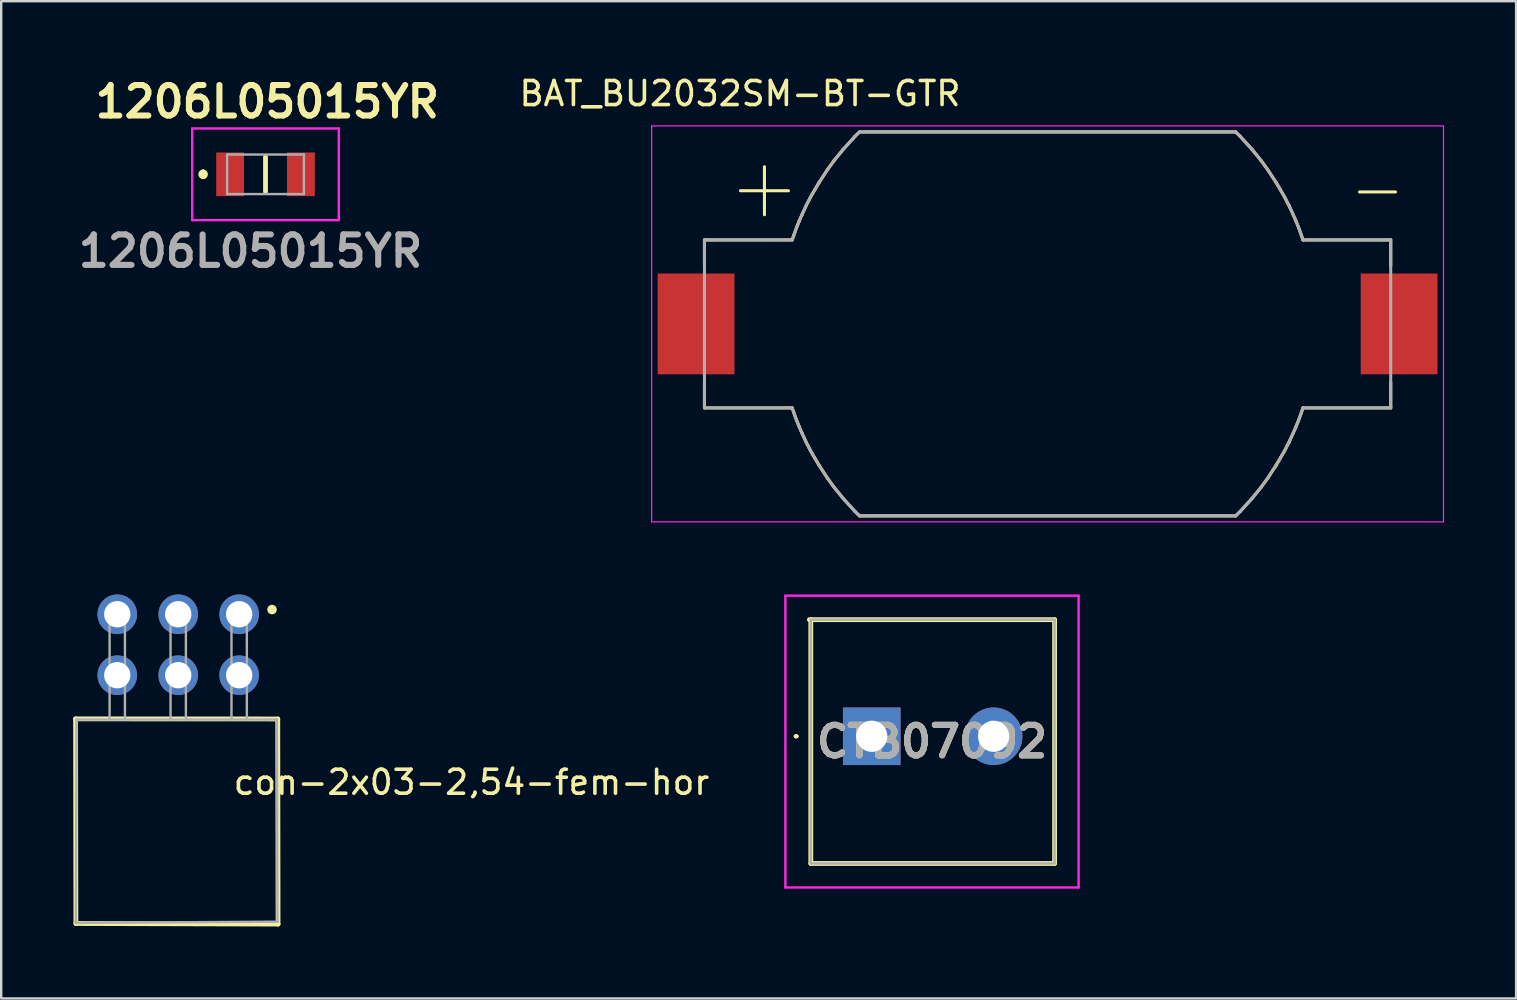
<source format=kicad_pcb>
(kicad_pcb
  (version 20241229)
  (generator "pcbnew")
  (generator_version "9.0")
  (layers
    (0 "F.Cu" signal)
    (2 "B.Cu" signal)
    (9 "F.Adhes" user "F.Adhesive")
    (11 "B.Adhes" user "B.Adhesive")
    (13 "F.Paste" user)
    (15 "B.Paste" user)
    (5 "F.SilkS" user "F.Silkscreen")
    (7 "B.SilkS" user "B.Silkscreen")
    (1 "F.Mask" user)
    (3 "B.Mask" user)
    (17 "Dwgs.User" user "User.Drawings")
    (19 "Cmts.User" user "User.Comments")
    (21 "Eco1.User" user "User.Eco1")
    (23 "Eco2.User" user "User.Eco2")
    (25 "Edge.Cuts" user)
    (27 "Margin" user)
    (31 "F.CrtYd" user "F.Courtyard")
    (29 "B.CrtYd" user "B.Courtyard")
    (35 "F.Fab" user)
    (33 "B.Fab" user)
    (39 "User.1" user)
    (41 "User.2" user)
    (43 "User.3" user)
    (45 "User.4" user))
  (footprint "BAT_BU2032SM-BT-GTR"
    (layer "F.Cu")
    (at 40.608 10.449)
    (property "Reference" "BAT_BU2032SM-BT-GTR" (at -12.819 -9.599 0) (layer "F.SilkS") (effects (font (size 1.002 1.002) (thickness 0.15))))
    (attr smd)
    (fp_line (start -14.3 -3.5) (end -10.645 -3.5) (stroke (width 0.127) (type solid)) (layer "F.SilkS"))
    (fp_line (start -14.3 -2.42) (end -14.3 -3.5) (stroke (width 0.127) (type solid)) (layer "F.SilkS"))
    (fp_line (start -14.3 2.42) (end -14.3 3.5) (stroke (width 0.127) (type solid)) (layer "F.SilkS"))
    (fp_line (start -14.3 3.5) (end -10.645 3.5) (stroke (width 0.127) (type solid)) (layer "F.SilkS"))
    (fp_line (start -12.8 -5.55) (end -10.8 -5.55) (stroke (width 0.127) (type solid)) (layer "F.SilkS"))
    (fp_line (start -11.8 -6.55) (end -11.8 -4.55) (stroke (width 0.127) (type solid)) (layer "F.SilkS"))
    (fp_line (start -10.645 -3.5) (end -10.581 -3.681) (stroke (width 0.127) (type solid)) (layer "F.SilkS"))
    (fp_line (start -10.645 3.5) (end -10.581 3.681) (stroke (width 0.127) (type solid)) (layer "F.SilkS"))
    (fp_line (start -10.581 -3.681) (end -10.458 -4.024) (stroke (width 0.127) (type solid)) (layer "F.SilkS"))
    (fp_line (start -10.581 3.681) (end -10.458 4.024) (stroke (width 0.127) (type solid)) (layer "F.SilkS"))
    (fp_line (start -10.458 -4.024) (end -10.35 -4.287) (stroke (width 0.127) (type solid)) (layer "F.SilkS"))
    (fp_line (start -10.458 4.024) (end -10.35 4.287) (stroke (width 0.127) (type solid)) (layer "F.SilkS"))
    (fp_line (start -10.35 -4.287) (end -10.242 -4.538) (stroke (width 0.127) (type solid)) (layer "F.SilkS"))
    (fp_line (start -10.35 4.287) (end -10.242 4.538) (stroke (width 0.127) (type solid)) (layer "F.SilkS"))
    (fp_line (start -10.242 -4.538) (end -10.058 -4.937) (stroke (width 0.127) (type solid)) (layer "F.SilkS"))
    (fp_line (start -10.242 4.538) (end -10.058 4.937) (stroke (width 0.127) (type solid)) (layer "F.SilkS"))
    (fp_line (start -10.058 -4.937) (end -9.88 -5.282) (stroke (width 0.127) (type solid)) (layer "F.SilkS"))
    (fp_line (start -10.058 4.937) (end -9.88 5.282) (stroke (width 0.127) (type solid)) (layer "F.SilkS"))
    (fp_line (start -9.88 -5.282) (end -9.7 -5.594) (stroke (width 0.127) (type solid)) (layer "F.SilkS"))
    (fp_line (start -9.88 5.282) (end -9.7 5.594) (stroke (width 0.127) (type solid)) (layer "F.SilkS"))
    (fp_line (start -9.7 -5.594) (end -9.524 -5.892) (stroke (width 0.127) (type solid)) (layer "F.SilkS"))
    (fp_line (start -9.7 5.594) (end -9.524 5.892) (stroke (width 0.127) (type solid)) (layer "F.SilkS"))
    (fp_line (start -9.524 -5.892) (end -9.168 -6.436) (stroke (width 0.127) (type solid)) (layer "F.SilkS"))
    (fp_line (start -9.524 5.892) (end -9.168 6.436) (stroke (width 0.127) (type solid)) (layer "F.SilkS"))
    (fp_line (start -9.168 -6.436) (end -8.897 -6.809) (stroke (width 0.127) (type solid)) (layer "F.SilkS"))
    (fp_line (start -9.168 6.436) (end -8.897 6.809) (stroke (width 0.127) (type solid)) (layer "F.SilkS"))
    (fp_line (start -8.897 -6.809) (end -8.516 -7.277) (stroke (width 0.127) (type solid)) (layer "F.SilkS"))
    (fp_line (start -8.897 6.809) (end -8.516 7.277) (stroke (width 0.127) (type solid)) (layer "F.SilkS"))
    (fp_line (start -8.516 -7.277) (end -8.022 -7.82) (stroke (width 0.127) (type solid)) (layer "F.SilkS"))
    (fp_line (start -8.516 7.277) (end -8.022 7.82) (stroke (width 0.127) (type solid)) (layer "F.SilkS"))
    (fp_line (start -8.022 -7.82) (end -7.838 -8) (stroke (width 0.127) (type solid)) (layer "F.SilkS"))
    (fp_line (start -8.022 7.82) (end -7.838 8) (stroke (width 0.127) (type solid)) (layer "F.SilkS"))
    (fp_line (start -7.835 -8) (end 7.835 -8) (stroke (width 0.127) (type solid)) (layer "F.SilkS"))
    (fp_line (start -7.835 8) (end 7.835 8) (stroke (width 0.127) (type solid)) (layer "F.SilkS"))
    (fp_line (start 8.022 -7.82) (end 7.838 -8) (stroke (width 0.127) (type solid)) (layer "F.SilkS"))
    (fp_line (start 8.022 7.82) (end 7.838 8) (stroke (width 0.127) (type solid)) (layer "F.SilkS"))
    (fp_line (start 8.516 -7.277) (end 8.022 -7.82) (stroke (width 0.127) (type solid)) (layer "F.SilkS"))
    (fp_line (start 8.516 7.277) (end 8.022 7.82) (stroke (width 0.127) (type solid)) (layer "F.SilkS"))
    (fp_line (start 8.897 -6.809) (end 8.516 -7.277) (stroke (width 0.127) (type solid)) (layer "F.SilkS"))
    (fp_line (start 8.897 6.809) (end 8.516 7.277) (stroke (width 0.127) (type solid)) (layer "F.SilkS"))
    (fp_line (start 9.168 -6.436) (end 8.897 -6.809) (stroke (width 0.127) (type solid)) (layer "F.SilkS"))
    (fp_line (start 9.168 6.436) (end 8.897 6.809) (stroke (width 0.127) (type solid)) (layer "F.SilkS"))
    (fp_line (start 9.524 -5.892) (end 9.168 -6.436) (stroke (width 0.127) (type solid)) (layer "F.SilkS"))
    (fp_line (start 9.524 5.892) (end 9.168 6.436) (stroke (width 0.127) (type solid)) (layer "F.SilkS"))
    (fp_line (start 9.7 -5.594) (end 9.524 -5.892) (stroke (width 0.127) (type solid)) (layer "F.SilkS"))
    (fp_line (start 9.7 5.594) (end 9.524 5.892) (stroke (width 0.127) (type solid)) (layer "F.SilkS"))
    (fp_line (start 9.88 -5.282) (end 9.7 -5.594) (stroke (width 0.127) (type solid)) (layer "F.SilkS"))
    (fp_line (start 9.88 5.282) (end 9.7 5.594) (stroke (width 0.127) (type solid)) (layer "F.SilkS"))
    (fp_line (start 10.058 -4.937) (end 9.88 -5.282) (stroke (width 0.127) (type solid)) (layer "F.SilkS"))
    (fp_line (start 10.058 4.937) (end 9.88 5.282) (stroke (width 0.127) (type solid)) (layer "F.SilkS"))
    (fp_line (start 10.242 -4.538) (end 10.058 -4.937) (stroke (width 0.127) (type solid)) (layer "F.SilkS"))
    (fp_line (start 10.242 4.538) (end 10.058 4.937) (stroke (width 0.127) (type solid)) (layer "F.SilkS"))
    (fp_line (start 10.35 -4.287) (end 10.242 -4.538) (stroke (width 0.127) (type solid)) (layer "F.SilkS"))
    (fp_line (start 10.35 4.287) (end 10.242 4.538) (stroke (width 0.127) (type solid)) (layer "F.SilkS"))
    (fp_line (start 10.458 -4.024) (end 10.35 -4.287) (stroke (width 0.127) (type solid)) (layer "F.SilkS"))
    (fp_line (start 10.458 4.024) (end 10.35 4.287) (stroke (width 0.127) (type solid)) (layer "F.SilkS"))
    (fp_line (start 10.581 -3.681) (end 10.458 -4.024) (stroke (width 0.127) (type solid)) (layer "F.SilkS"))
    (fp_line (start 10.581 3.681) (end 10.458 4.024) (stroke (width 0.127) (type solid)) (layer "F.SilkS"))
    (fp_line (start 10.645 -3.5) (end 10.581 -3.681) (stroke (width 0.127) (type solid)) (layer "F.SilkS"))
    (fp_line (start 10.645 3.5) (end 10.581 3.681) (stroke (width 0.127) (type solid)) (layer "F.SilkS"))
    (fp_line (start 13 -5.5) (end 14.5 -5.5) (stroke (width 0.127) (type solid)) (layer "F.SilkS"))
    (fp_line (start 14.3 -3.5) (end 10.645 -3.5) (stroke (width 0.127) (type solid)) (layer "F.SilkS"))
    (fp_line (start 14.3 -2.42) (end 14.3 -3.5) (stroke (width 0.127) (type solid)) (layer "F.SilkS"))
    (fp_line (start 14.3 2.42) (end 14.3 3.5) (stroke (width 0.127) (type solid)) (layer "F.SilkS"))
    (fp_line (start 14.3 3.5) (end 10.645 3.5) (stroke (width 0.127) (type solid)) (layer "F.SilkS"))
    (fp_line (start -16.5 -8.25) (end -16.5 8.25) (stroke (width 0.05) (type solid)) (layer "F.CrtYd"))
    (fp_line (start -16.5 8.25) (end 16.5 8.25) (stroke (width 0.05) (type solid)) (layer "F.CrtYd"))
    (fp_line (start 16.5 -8.25) (end -16.5 -8.25) (stroke (width 0.05) (type solid)) (layer "F.CrtYd"))
    (fp_line (start 16.5 8.25) (end 16.5 -8.25) (stroke (width 0.05) (type solid)) (layer "F.CrtYd"))
    (fp_line (start -14.3 -3.5) (end -10.645 -3.5) (stroke (width 0.127) (type solid)) (layer "F.Fab"))
    (fp_line (start -14.3 3.5) (end -14.3 -3.5) (stroke (width 0.127) (type solid)) (layer "F.Fab"))
    (fp_line (start -14.3 3.5) (end -10.645 3.5) (stroke (width 0.127) (type solid)) (layer "F.Fab"))
    (fp_line (start -10.645 -3.5) (end -10.581 -3.681) (stroke (width 0.127) (type solid)) (layer "F.Fab"))
    (fp_line (start -10.645 3.5) (end -10.581 3.681) (stroke (width 0.127) (type solid)) (layer "F.Fab"))
    (fp_line (start -10.581 -3.681) (end -10.458 -4.024) (stroke (width 0.127) (type solid)) (layer "F.Fab"))
    (fp_line (start -10.581 3.681) (end -10.458 4.024) (stroke (width 0.127) (type solid)) (layer "F.Fab"))
    (fp_line (start -10.458 -4.024) (end -10.35 -4.287) (stroke (width 0.127) (type solid)) (layer "F.Fab"))
    (fp_line (start -10.458 4.024) (end -10.35 4.287) (stroke (width 0.127) (type solid)) (layer "F.Fab"))
    (fp_line (start -10.35 -4.287) (end -10.242 -4.538) (stroke (width 0.127) (type solid)) (layer "F.Fab"))
    (fp_line (start -10.35 4.287) (end -10.242 4.538) (stroke (width 0.127) (type solid)) (layer "F.Fab"))
    (fp_line (start -10.242 -4.538) (end -10.058 -4.937) (stroke (width 0.127) (type solid)) (layer "F.Fab"))
    (fp_line (start -10.242 4.538) (end -10.058 4.937) (stroke (width 0.127) (type solid)) (layer "F.Fab"))
    (fp_line (start -10.058 -4.937) (end -9.88 -5.282) (stroke (width 0.127) (type solid)) (layer "F.Fab"))
    (fp_line (start -10.058 4.937) (end -9.88 5.282) (stroke (width 0.127) (type solid)) (layer "F.Fab"))
    (fp_line (start -9.88 -5.282) (end -9.7 -5.594) (stroke (width 0.127) (type solid)) (layer "F.Fab"))
    (fp_line (start -9.88 5.282) (end -9.7 5.594) (stroke (width 0.127) (type solid)) (layer "F.Fab"))
    (fp_line (start -9.7 -5.594) (end -9.524 -5.892) (stroke (width 0.127) (type solid)) (layer "F.Fab"))
    (fp_line (start -9.7 5.594) (end -9.524 5.892) (stroke (width 0.127) (type solid)) (layer "F.Fab"))
    (fp_line (start -9.524 -5.892) (end -9.168 -6.436) (stroke (width 0.127) (type solid)) (layer "F.Fab"))
    (fp_line (start -9.524 5.892) (end -9.168 6.436) (stroke (width 0.127) (type solid)) (layer "F.Fab"))
    (fp_line (start -9.168 -6.436) (end -8.897 -6.809) (stroke (width 0.127) (type solid)) (layer "F.Fab"))
    (fp_line (start -9.168 6.436) (end -8.897 6.809) (stroke (width 0.127) (type solid)) (layer "F.Fab"))
    (fp_line (start -8.897 -6.809) (end -8.516 -7.277) (stroke (width 0.127) (type solid)) (layer "F.Fab"))
    (fp_line (start -8.897 6.809) (end -8.516 7.277) (stroke (width 0.127) (type solid)) (layer "F.Fab"))
    (fp_line (start -8.516 -7.277) (end -8.022 -7.82) (stroke (width 0.127) (type solid)) (layer "F.Fab"))
    (fp_line (start -8.516 7.277) (end -8.022 7.82) (stroke (width 0.127) (type solid)) (layer "F.Fab"))
    (fp_line (start -8.022 -7.82) (end -7.838 -8) (stroke (width 0.127) (type solid)) (layer "F.Fab"))
    (fp_line (start -8.022 7.82) (end -7.838 8) (stroke (width 0.127) (type solid)) (layer "F.Fab"))
    (fp_line (start -7.835 -8) (end 7.835 -8) (stroke (width 0.127) (type solid)) (layer "F.Fab"))
    (fp_line (start -7.835 8) (end 7.835 8) (stroke (width 0.127) (type solid)) (layer "F.Fab"))
    (fp_line (start 8.022 -7.82) (end 7.838 -8) (stroke (width 0.127) (type solid)) (layer "F.Fab"))
    (fp_line (start 8.022 7.82) (end 7.838 8) (stroke (width 0.127) (type solid)) (layer "F.Fab"))
    (fp_line (start 8.516 -7.277) (end 8.022 -7.82) (stroke (width 0.127) (type solid)) (layer "F.Fab"))
    (fp_line (start 8.516 7.277) (end 8.022 7.82) (stroke (width 0.127) (type solid)) (layer "F.Fab"))
    (fp_line (start 8.897 -6.809) (end 8.516 -7.277) (stroke (width 0.127) (type solid)) (layer "F.Fab"))
    (fp_line (start 8.897 6.809) (end 8.516 7.277) (stroke (width 0.127) (type solid)) (layer "F.Fab"))
    (fp_line (start 9.168 -6.436) (end 8.897 -6.809) (stroke (width 0.127) (type solid)) (layer "F.Fab"))
    (fp_line (start 9.168 6.436) (end 8.897 6.809) (stroke (width 0.127) (type solid)) (layer "F.Fab"))
    (fp_line (start 9.524 -5.892) (end 9.168 -6.436) (stroke (width 0.127) (type solid)) (layer "F.Fab"))
    (fp_line (start 9.524 5.892) (end 9.168 6.436) (stroke (width 0.127) (type solid)) (layer "F.Fab"))
    (fp_line (start 9.7 -5.594) (end 9.524 -5.892) (stroke (width 0.127) (type solid)) (layer "F.Fab"))
    (fp_line (start 9.7 5.594) (end 9.524 5.892) (stroke (width 0.127) (type solid)) (layer "F.Fab"))
    (fp_line (start 9.88 -5.282) (end 9.7 -5.594) (stroke (width 0.127) (type solid)) (layer "F.Fab"))
    (fp_line (start 9.88 5.282) (end 9.7 5.594) (stroke (width 0.127) (type solid)) (layer "F.Fab"))
    (fp_line (start 10.058 -4.937) (end 9.88 -5.282) (stroke (width 0.127) (type solid)) (layer "F.Fab"))
    (fp_line (start 10.058 4.937) (end 9.88 5.282) (stroke (width 0.127) (type solid)) (layer "F.Fab"))
    (fp_line (start 10.242 -4.538) (end 10.058 -4.937) (stroke (width 0.127) (type solid)) (layer "F.Fab"))
    (fp_line (start 10.242 4.538) (end 10.058 4.937) (stroke (width 0.127) (type solid)) (layer "F.Fab"))
    (fp_line (start 10.35 -4.287) (end 10.242 -4.538) (stroke (width 0.127) (type solid)) (layer "F.Fab"))
    (fp_line (start 10.35 4.287) (end 10.242 4.538) (stroke (width 0.127) (type solid)) (layer "F.Fab"))
    (fp_line (start 10.458 -4.024) (end 10.35 -4.287) (stroke (width 0.127) (type solid)) (layer "F.Fab"))
    (fp_line (start 10.458 4.024) (end 10.35 4.287) (stroke (width 0.127) (type solid)) (layer "F.Fab"))
    (fp_line (start 10.581 -3.681) (end 10.458 -4.024) (stroke (width 0.127) (type solid)) (layer "F.Fab"))
    (fp_line (start 10.581 3.681) (end 10.458 4.024) (stroke (width 0.127) (type solid)) (layer "F.Fab"))
    (fp_line (start 10.645 -3.5) (end 10.581 -3.681) (stroke (width 0.127) (type solid)) (layer "F.Fab"))
    (fp_line (start 10.645 3.5) (end 10.581 3.681) (stroke (width 0.127) (type solid)) (layer "F.Fab"))
    (fp_line (start 14.3 -3.5) (end 10.645 -3.5) (stroke (width 0.127) (type solid)) (layer "F.Fab"))
    (fp_line (start 14.3 3.5) (end 10.645 3.5) (stroke (width 0.127) (type solid)) (layer "F.Fab"))
    (fp_line (start 14.3 3.5) (end 14.3 -3.5) (stroke (width 0.127) (type solid)) (layer "F.Fab"))
    (pad "1" smd rect (at -14.65 0) (size 3.2 4.2) (layers "F.Cu" "F.Mask" "F.Paste"))
    (pad "2" smd rect (at 14.65 0) (size 3.2 4.2) (layers "F.Cu" "F.Mask" "F.Paste")))
  (footprint "CTB07092"
    (layer "F.Cu")
    (at 33.28 27.634)
    (property "Reference" "CTB07092" (at 2.51 0.22 0) (layer "F.SilkS") (effects (font (size 1.27 1.27) (thickness 0.254))))
    (attr through_hole)
    (fp_line (start -3.2 0) (end -3.2 0) (stroke (width 0.1) (type solid)) (layer "F.SilkS"))
    (fp_line (start -3.1 0) (end -3.1 0) (stroke (width 0.1) (type solid)) (layer "F.SilkS"))
    (fp_line (start -2.54 -4.86) (end -2.54 5.3) (stroke (width 0.2) (type solid)) (layer "F.SilkS"))
    (fp_line (start -2.54 5.3) (end 7.62 5.3) (stroke (width 0.2) (type solid)) (layer "F.SilkS"))
    (fp_line (start 7.62 -4.86) (end -2.6 -4.86) (stroke (width 0.2) (type solid)) (layer "F.SilkS"))
    (fp_line (start 7.62 5.3) (end 7.62 -4.86) (stroke (width 0.2) (type solid)) (layer "F.SilkS"))
    (fp_arc (start -3.2 0) (mid -3.15 -0.05) (end -3.1 0) (stroke (width 0.1) (type solid)) (layer "F.SilkS"))
    (fp_arc (start -3.1 0) (mid -3.15 0.05) (end -3.2 0) (stroke (width 0.1) (type solid)) (layer "F.SilkS"))
    (fp_line (start -3.6 -5.86) (end 8.62 -5.86) (stroke (width 0.1) (type solid)) (layer "F.CrtYd"))
    (fp_line (start -3.6 6.3) (end -3.6 -5.86) (stroke (width 0.1) (type solid)) (layer "F.CrtYd"))
    (fp_line (start 8.62 -5.86) (end 8.62 6.3) (stroke (width 0.1) (type solid)) (layer "F.CrtYd"))
    (fp_line (start 8.62 6.3) (end -3.6 6.3) (stroke (width 0.1) (type solid)) (layer "F.CrtYd"))
    (fp_line (start -2.54 -4.86) (end -2.54 5.3) (stroke (width 0.1) (type solid)) (layer "F.Fab"))
    (fp_line (start -2.54 5.3) (end 7.62 5.3) (stroke (width 0.1) (type solid)) (layer "F.Fab"))
    (fp_line (start 7.62 -4.86) (end -2.54 -4.86) (stroke (width 0.1) (type solid)) (layer "F.Fab"))
    (fp_line (start 7.62 5.3) (end 7.62 -4.86) (stroke (width 0.1) (type solid)) (layer "F.Fab"))
    (fp_text user "${REFERENCE}" (at 2.51 0.22 0) (layer "F.Fab") (effects (font (size 1.27 1.27) (thickness 0.254))))
    (pad "1" thru_hole rect (at 0 0) (size 2.4 2.4) (drill 1.3) (layers "*.Cu" "*.Mask"))
    (pad "2" thru_hole circle (at 5.08 0) (size 2.4 2.4) (drill 1.3) (layers "*.Cu" "*.Mask")))
  (footprint "con-2x03-2,54-fem-hor"
    (layer "F.Cu")
    (at 4.377 31.354)
    (property "Reference" "con-2x03-2,54-fem-hor" (at 12.223 -1.802 0) (layer "F.SilkS") (effects (font (size 1 1) (thickness 0.15))))
    (attr through_hole)
    (fp_line (start -4.277 -4.445) (end -4.264 4.082) (stroke (width 0.2) (type solid)) (layer "F.SilkS"))
    (fp_line (start -4.264 4.082) (end 4.161 4.107) (stroke (width 0.2) (type solid)) (layer "F.SilkS"))
    (fp_line (start 4.149 -4.441) (end -4.277 -4.445) (stroke (width 0.2) (type solid)) (layer "F.SilkS"))
    (fp_line (start 4.161 4.107) (end 4.149 -4.441) (stroke (width 0.2) (type solid)) (layer "F.SilkS"))
    (fp_circle (center 3.91 -9) (end 4.01 -9) (stroke (width 0.2) (type solid)) (fill no) (layer "F.SilkS"))
    (fp_line (start -4.264 4.057) (end -4.239 -4.418) (stroke (width 0.1) (type default)) (layer "F.Fab"))
    (fp_line (start -4.239 -4.418) (end 4.111 -4.418) (stroke (width 0.1) (type default)) (layer "F.Fab"))
    (fp_line (start -2.86 -9.125) (end -2.86 -4.425) (stroke (width 0.1) (type solid)) (layer "F.Fab"))
    (fp_line (start -2.86 -9.125) (end -2.22 -9.125) (stroke (width 0.1) (type solid)) (layer "F.Fab"))
    (fp_line (start -2.22 -9.125) (end -2.22 -4.425) (stroke (width 0.1) (type solid)) (layer "F.Fab"))
    (fp_line (start -0.32 -9.125) (end -0.32 -4.425) (stroke (width 0.1) (type solid)) (layer "F.Fab"))
    (fp_line (start -0.32 -9.125) (end 0.32 -9.125) (stroke (width 0.1) (type solid)) (layer "F.Fab"))
    (fp_line (start 0.32 -9.125) (end 0.32 -4.425) (stroke (width 0.1) (type solid)) (layer "F.Fab"))
    (fp_line (start 2.22 -9.125) (end 2.22 -4.425) (stroke (width 0.1) (type solid)) (layer "F.Fab"))
    (fp_line (start 2.22 -9.125) (end 2.86 -9.125) (stroke (width 0.1) (type solid)) (layer "F.Fab"))
    (fp_line (start 2.86 -9.125) (end 2.86 -4.425) (stroke (width 0.1) (type solid)) (layer "F.Fab"))
    (fp_line (start 4.111 -4.418) (end 4.136 4.007) (stroke (width 0.1) (type default)) (layer "F.Fab"))
    (fp_line (start 4.136 4.007) (end -4.264 4.057) (stroke (width 0.1) (type default)) (layer "F.Fab"))
    (pad "1" thru_hole circle (at 2.54 -8.805) (size 1.65 1.65) (drill 1.1) (layers "*.Cu" "*.Mask"))
    (pad "2" thru_hole circle (at 2.54 -6.265) (size 1.65 1.65) (drill 1.1) (layers "*.Cu" "*.Mask"))
    (pad "3" thru_hole circle (at 0 -8.805) (size 1.65 1.65) (drill 1.1) (layers "*.Cu" "*.Mask"))
    (pad "4" thru_hole circle (at 0 -6.265) (size 1.65 1.65) (drill 1.1) (layers "*.Cu" "*.Mask"))
    (pad "5" thru_hole circle (at -2.54 -8.805) (size 1.65 1.65) (drill 1.1) (layers "*.Cu" "*.Mask"))
    (pad "6" thru_hole circle (at -2.54 -6.265) (size 1.65 1.65) (drill 1.1) (layers "*.Cu" "*.Mask")))
  (footprint "1206L05015YR"
    (layer "F.Cu")
    (at 8.015 4.214)
    (property "Reference" "1206L05015YR" (at 0.075 -3.025 0) (layer "F.SilkS") (effects (font (size 1.27 1.27) (thickness 0.254))))
    (attr smd)
    (fp_line (start -2.6 -0.1) (end -2.6 -0.1) (stroke (width 0.2) (type solid)) (layer "F.SilkS"))
    (fp_line (start -2.6 0.1) (end -2.6 0.1) (stroke (width 0.2) (type solid)) (layer "F.SilkS"))
    (fp_line (start 0 -0.725) (end 0 0.725) (stroke (width 0.2) (type solid)) (layer "F.SilkS"))
    (fp_arc (start -2.6 -0.1) (mid -2.5 0) (end -2.6 0.1) (stroke (width 0.2) (type solid)) (layer "F.SilkS"))
    (fp_arc (start -2.6 0.1) (mid -2.7 0) (end -2.6 -0.1) (stroke (width 0.2) (type solid)) (layer "F.SilkS"))
    (fp_line (start -3.055 -1.91) (end 3.055 -1.91) (stroke (width 0.1) (type solid)) (layer "F.CrtYd"))
    (fp_line (start -3.055 1.91) (end -3.055 -1.91) (stroke (width 0.1) (type solid)) (layer "F.CrtYd"))
    (fp_line (start 3.055 -1.91) (end 3.055 1.91) (stroke (width 0.1) (type solid)) (layer "F.CrtYd"))
    (fp_line (start 3.055 1.91) (end -3.055 1.91) (stroke (width 0.1) (type solid)) (layer "F.CrtYd"))
    (fp_line (start -1.6 -0.825) (end 1.6 -0.825) (stroke (width 0.1) (type solid)) (layer "F.Fab"))
    (fp_line (start -1.6 0.825) (end -1.6 -0.825) (stroke (width 0.1) (type solid)) (layer "F.Fab"))
    (fp_line (start 1.6 -0.825) (end 1.6 0.825) (stroke (width 0.1) (type solid)) (layer "F.Fab"))
    (fp_line (start 1.6 0.825) (end -1.6 0.825) (stroke (width 0.1) (type solid)) (layer "F.Fab"))
    (fp_text user "${REFERENCE}" (at -0.625 3.2 0) (layer "F.Fab") (effects (font (size 1.27 1.27) (thickness 0.254))))
    (pad "1" smd rect (at -1.475 0) (size 1.16 1.82) (layers "F.Cu" "F.Mask" "F.Paste"))
    (pad "2" smd rect (at 1.475 0) (size 1.16 1.82) (layers "F.Cu" "F.Mask" "F.Paste")))
  (gr_rect
    (start -3 -3)
    (end 60.133 38.56)
    (stroke (width 0.1) (type default))
    (fill no)
    (layer "Edge.Cuts")))
</source>
